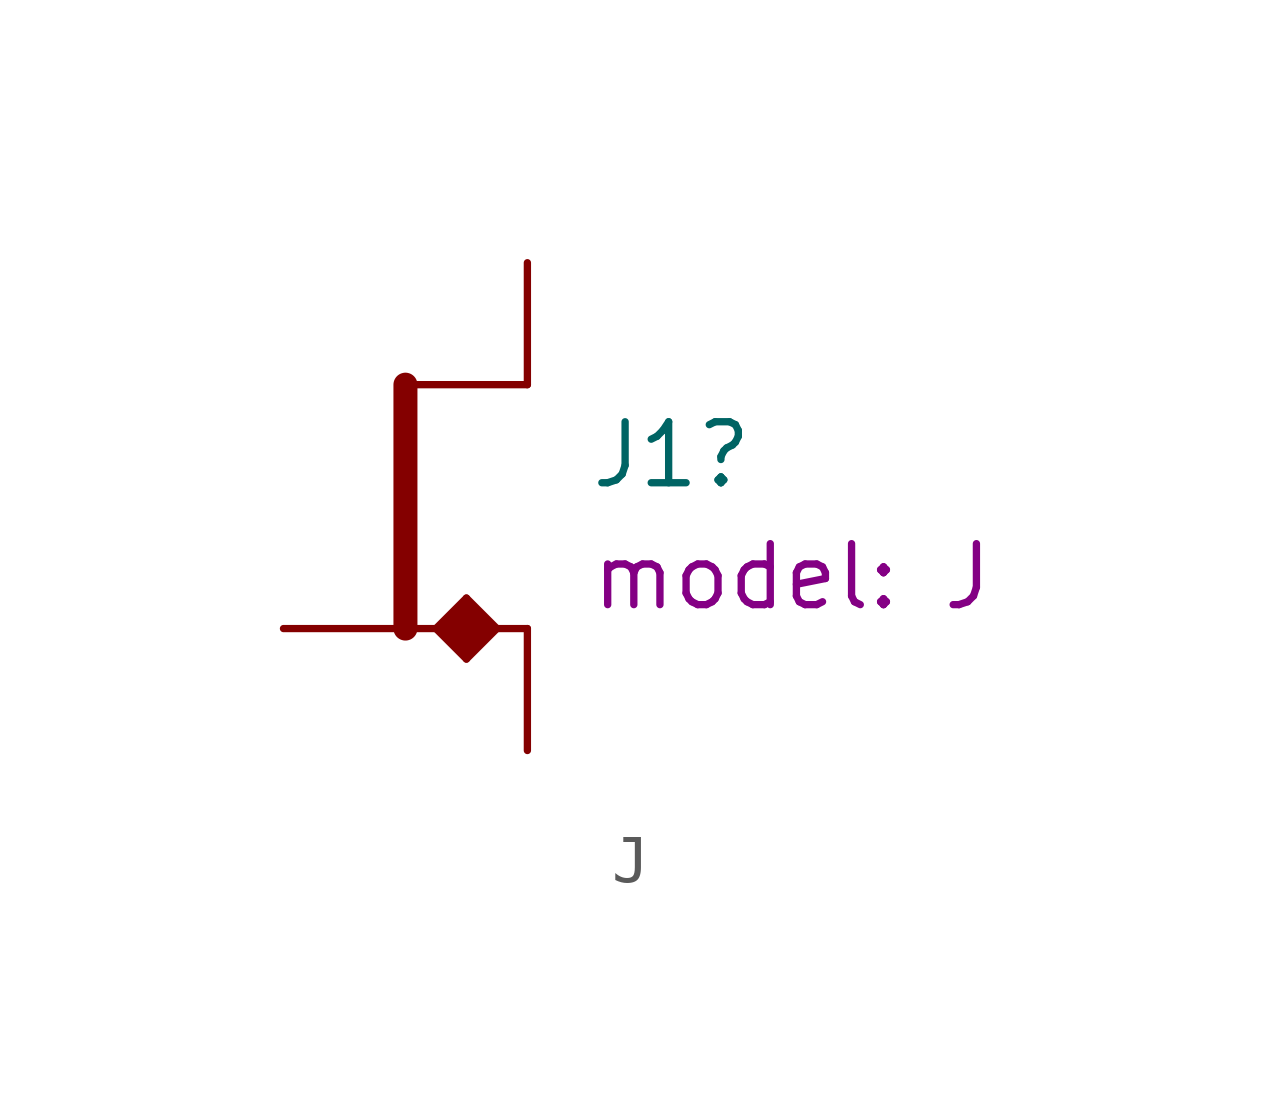
<source format=kicad_sym>
(kicad_symbol_lib
  (version 20241209)
  (generator "kicad_symbol_editor")
  (generator_version "9.0")
  (symbol "J"
    (pin_numbers
      (hide yes))
    (pin_names
      (offset 0)
      (hide yes))
    (property "Reference" "J1"
      (at 1.27 1.077 0)
      (effects (font (size 1.27 1.27)) (justify left)))
    (property "model" "J"
      (at 1.27 -1.462 0)
      (show_name)
      (effects (font (size 1.27 1.27)) (justify left)))
    (symbol "J_0_1"
      (polyline (pts (xy -1.905 -2.54) (xy -1.27 -1.905) (xy -1.27 -3.175) (xy -1.905 -2.54)) (stroke (width 0) (type solid)) (fill (type outline)))
      (polyline (pts (xy -0.635 -2.54) (xy -1.27 -1.905) (xy -1.27 -3.175) (xy -0.635 -2.54)) (stroke (width 0) (type solid)) (fill (type outline))))
    (symbol "J_1_0"
      (pin unspecified line (at -5.08 -2.54 0) (length 2.54) (name "G" (effects (font (size 1.27 1.27)))) (number "2" (effects (font (size 1.27 1.27)))))
      (pin unspecified line (at 0 5.08 270) (length 2.54) (name "D" (effects (font (size 1.27 1.27)))) (number "1" (effects (font (size 1.27 1.27)))))
      (pin unspecified line (at 0 -5.08 90) (length 2.54) (name "S" (effects (font (size 1.27 1.27)))) (number "3" (effects (font (size 1.27 1.27))))))
    (symbol "J_1_1"
      (polyline (pts (xy -2.54 -2.54) (xy -2.54 2.54)) (stroke (width 0.5) (type solid)) (fill (type none)))
      (polyline (pts (xy 0 2.54) (xy -2.54 2.54)) (stroke (width 0) (type default)) (fill (type none)))
      (polyline (pts (xy 0 -2.54) (xy -2.54 -2.54)) (stroke (width 0) (type default)) (fill (type none))))))
</source>
